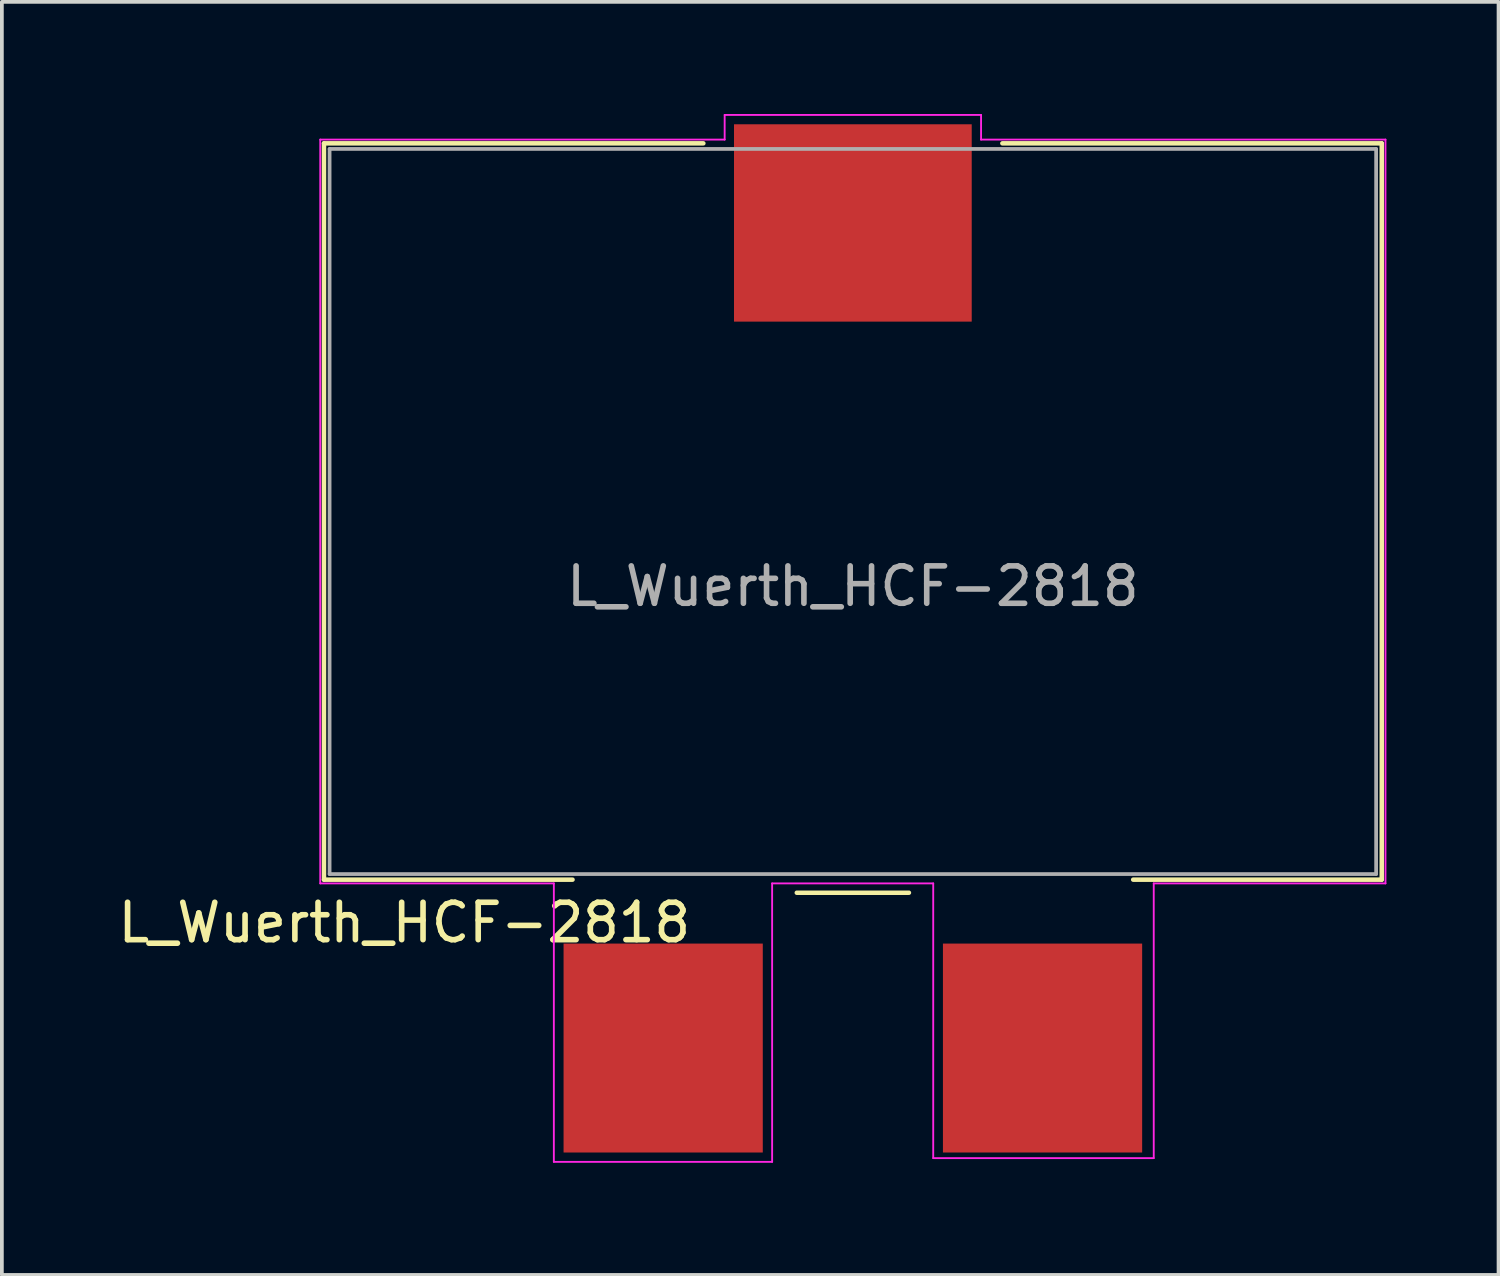
<source format=kicad_pcb>
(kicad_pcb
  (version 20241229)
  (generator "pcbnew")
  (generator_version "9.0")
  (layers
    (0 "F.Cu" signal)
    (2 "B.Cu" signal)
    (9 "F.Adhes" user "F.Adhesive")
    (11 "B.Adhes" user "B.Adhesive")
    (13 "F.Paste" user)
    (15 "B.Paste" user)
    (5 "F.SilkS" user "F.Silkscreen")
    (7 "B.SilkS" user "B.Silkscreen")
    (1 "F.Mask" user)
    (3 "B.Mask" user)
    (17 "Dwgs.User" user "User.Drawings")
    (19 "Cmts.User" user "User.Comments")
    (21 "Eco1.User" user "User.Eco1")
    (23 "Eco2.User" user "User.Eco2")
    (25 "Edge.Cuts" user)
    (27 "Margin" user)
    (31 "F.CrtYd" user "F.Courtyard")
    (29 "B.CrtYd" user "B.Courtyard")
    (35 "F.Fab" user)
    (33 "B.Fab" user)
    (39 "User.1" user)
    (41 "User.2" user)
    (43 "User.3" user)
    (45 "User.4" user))
  (footprint "L_Wuerth_HCF-2818"
    (layer "F.Cu")
    (at 19.768 10.635)
    (property "Reference" "L_Wuerth_HCF-2818" (at -12 11 0) (layer "F.SilkS") (effects (font (size 1 1) (thickness 0.15))))
    (attr smd)
    (fp_line (start -14.15 -9.85) (end -4 -9.85) (stroke (width 0.12) (type solid)) (layer "F.SilkS"))
    (fp_line (start -14.15 9.85) (end -14.15 -9.85) (stroke (width 0.12) (type solid)) (layer "F.SilkS"))
    (fp_line (start -7.5 9.85) (end -14.15 9.85) (stroke (width 0.12) (type solid)) (layer "F.SilkS"))
    (fp_line (start 1.5 10.2) (end -1.5 10.2) (stroke (width 0.12) (type solid)) (layer "F.SilkS"))
    (fp_line (start 4 -9.85) (end 14.15 -9.85) (stroke (width 0.12) (type solid)) (layer "F.SilkS"))
    (fp_line (start 14.15 -9.85) (end 14.15 9.85) (stroke (width 0.12) (type solid)) (layer "F.SilkS"))
    (fp_line (start 14.15 9.85) (end 7.5 9.85) (stroke (width 0.12) (type solid)) (layer "F.SilkS"))
    (fp_line (start -14.25 -9.95) (end -3.43 -9.95) (stroke (width 0.05) (type solid)) (layer "F.CrtYd"))
    (fp_line (start -14.25 9.95) (end -14.25 -9.95) (stroke (width 0.05) (type solid)) (layer "F.CrtYd"))
    (fp_line (start -8 9.95) (end -14.25 9.95) (stroke (width 0.05) (type solid)) (layer "F.CrtYd"))
    (fp_line (start -8 17.4) (end -8 9.95) (stroke (width 0.05) (type solid)) (layer "F.CrtYd"))
    (fp_line (start -3.43 -10.61) (end 3.43 -10.61) (stroke (width 0.05) (type solid)) (layer "F.CrtYd"))
    (fp_line (start -3.43 -9.95) (end -3.43 -10.61) (stroke (width 0.05) (type solid)) (layer "F.CrtYd"))
    (fp_line (start -2.16 9.95) (end -2.16 17.4) (stroke (width 0.05) (type solid)) (layer "F.CrtYd"))
    (fp_line (start -2.16 17.4) (end -8 17.4) (stroke (width 0.05) (type solid)) (layer "F.CrtYd"))
    (fp_line (start 2.15 9.95) (end -2.16 9.95) (stroke (width 0.05) (type solid)) (layer "F.CrtYd"))
    (fp_line (start 2.15 17.3) (end 2.15 9.95) (stroke (width 0.05) (type solid)) (layer "F.CrtYd"))
    (fp_line (start 3.43 -10.61) (end 3.43 -9.95) (stroke (width 0.05) (type solid)) (layer "F.CrtYd"))
    (fp_line (start 3.43 -9.95) (end 14.25 -9.95) (stroke (width 0.05) (type solid)) (layer "F.CrtYd"))
    (fp_line (start 8.05 9.95) (end 8.05 17.3) (stroke (width 0.05) (type solid)) (layer "F.CrtYd"))
    (fp_line (start 8.05 17.3) (end 2.15 17.3) (stroke (width 0.05) (type solid)) (layer "F.CrtYd"))
    (fp_line (start 14.25 -9.95) (end 14.25 9.95) (stroke (width 0.05) (type solid)) (layer "F.CrtYd"))
    (fp_line (start 14.25 9.95) (end 8.05 9.95) (stroke (width 0.05) (type solid)) (layer "F.CrtYd"))
    (fp_line (start -14 -9.7) (end 14 -9.7) (stroke (width 0.1) (type solid)) (layer "F.Fab"))
    (fp_line (start -14 9.7) (end -14 -9.7) (stroke (width 0.1) (type solid)) (layer "F.Fab"))
    (fp_line (start 14 -9.7) (end 14 9.7) (stroke (width 0.1) (type solid)) (layer "F.Fab"))
    (fp_line (start 14 9.7) (end -14 9.7) (stroke (width 0.1) (type solid)) (layer "F.Fab"))
    (fp_text user "${REFERENCE}" (at 0 2 0) (layer "F.Fab") (effects (font (size 1 1) (thickness 0.15))))
    (pad "" smd rect (at 0 -7.72) (size 6.36 5.28) (layers "F.Cu" "F.Mask" "F.Paste"))
    (pad "1" smd rect (at -5.075 14.355) (size 5.33 5.59) (layers "F.Cu" "F.Mask" "F.Paste"))
    (pad "2" smd rect (at 5.075 14.355) (size 5.33 5.59) (layers "F.Cu" "F.Mask" "F.Paste")))
  (gr_rect
    (start -3 -3)
    (end 37.043 31.06)
    (stroke (width 0.1) (type default))
    (fill no)
    (layer "Edge.Cuts")))
</source>
